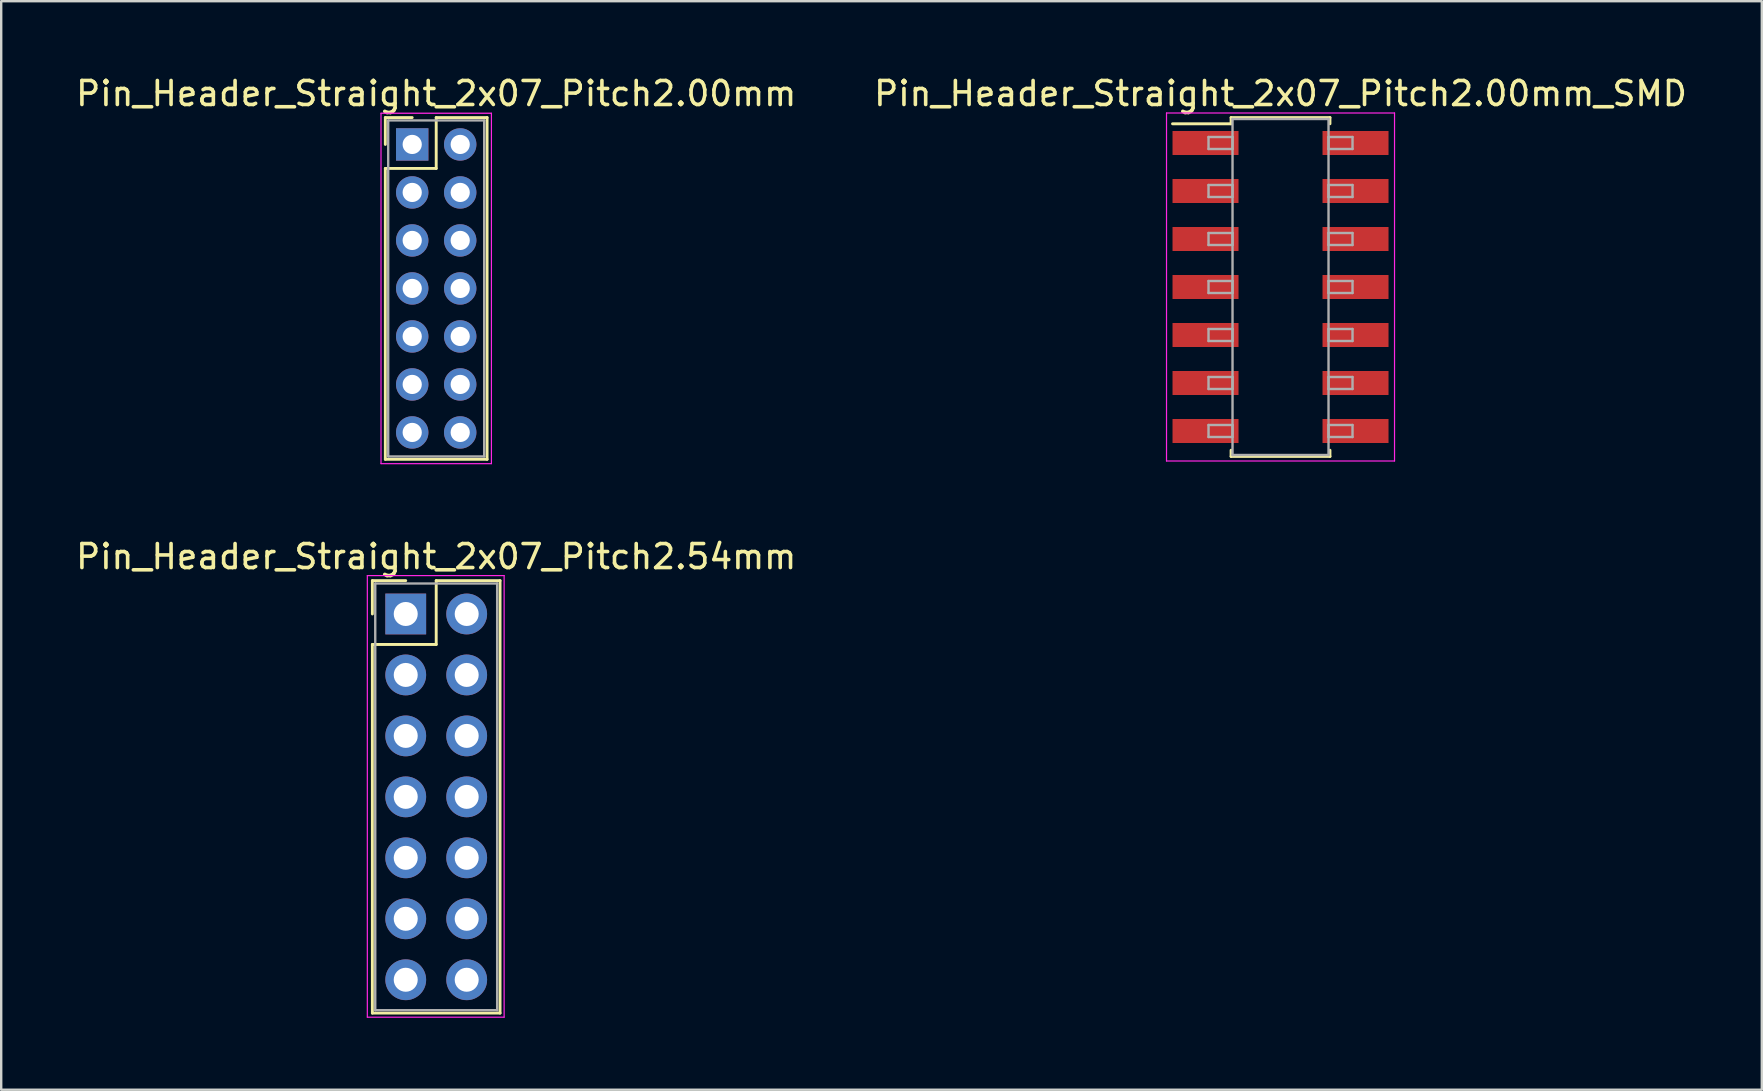
<source format=kicad_pcb>
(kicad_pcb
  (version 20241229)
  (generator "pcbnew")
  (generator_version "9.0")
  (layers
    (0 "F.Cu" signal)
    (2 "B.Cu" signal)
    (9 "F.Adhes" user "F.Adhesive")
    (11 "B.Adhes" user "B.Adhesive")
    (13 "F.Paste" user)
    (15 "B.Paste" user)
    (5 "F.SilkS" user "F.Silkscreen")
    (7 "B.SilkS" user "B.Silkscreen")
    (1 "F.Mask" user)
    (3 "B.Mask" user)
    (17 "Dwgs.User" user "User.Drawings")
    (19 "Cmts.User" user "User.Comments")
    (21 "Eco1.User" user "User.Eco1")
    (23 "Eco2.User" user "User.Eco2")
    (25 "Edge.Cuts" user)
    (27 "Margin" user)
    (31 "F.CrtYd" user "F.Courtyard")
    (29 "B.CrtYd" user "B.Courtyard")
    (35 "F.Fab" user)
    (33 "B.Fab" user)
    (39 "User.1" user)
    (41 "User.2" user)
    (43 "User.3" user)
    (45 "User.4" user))
  (footprint "Pin_Header_Straight_2x07_Pitch2.00mm_SMD"
    (layer "F.Cu")
    (at 50.304 8.908)
    (property "Reference" "Pin_Header_Straight_2x07_Pitch2.00mm_SMD" (at 0 -8.06 0) (layer "F.SilkS") (effects (font (size 1 1) (thickness 0.15))))
    (attr smd)
    (fp_line (start -4.5 -6.8) (end -2.06 -6.8) (stroke (width 0.12) (type solid)) (layer "F.SilkS"))
    (fp_line (start -2.06 -7.06) (end 2.06 -7.06) (stroke (width 0.12) (type solid)) (layer "F.SilkS"))
    (fp_line (start -2.06 -6.8) (end -2.06 -7.06) (stroke (width 0.12) (type solid)) (layer "F.SilkS"))
    (fp_line (start -2.06 6.8) (end -2.06 7.06) (stroke (width 0.12) (type solid)) (layer "F.SilkS"))
    (fp_line (start -2.06 7.06) (end 2.06 7.06) (stroke (width 0.12) (type solid)) (layer "F.SilkS"))
    (fp_line (start 2.06 -7.06) (end 2.06 -6.8) (stroke (width 0.12) (type solid)) (layer "F.SilkS"))
    (fp_line (start 2.06 7.06) (end 2.06 6.8) (stroke (width 0.12) (type solid)) (layer "F.SilkS"))
    (fp_line (start -4.75 -7.25) (end -4.75 7.25) (stroke (width 0.05) (type solid)) (layer "F.CrtYd"))
    (fp_line (start -4.75 7.25) (end 4.75 7.25) (stroke (width 0.05) (type solid)) (layer "F.CrtYd"))
    (fp_line (start 4.75 -7.25) (end -4.75 -7.25) (stroke (width 0.05) (type solid)) (layer "F.CrtYd"))
    (fp_line (start 4.75 7.25) (end 4.75 -7.25) (stroke (width 0.05) (type solid)) (layer "F.CrtYd"))
    (fp_line (start -3 -6.25) (end -2 -6.25) (stroke (width 0.1) (type solid)) (layer "F.Fab"))
    (fp_line (start -3 -5.75) (end -3 -6.25) (stroke (width 0.1) (type solid)) (layer "F.Fab"))
    (fp_line (start -3 -4.25) (end -2 -4.25) (stroke (width 0.1) (type solid)) (layer "F.Fab"))
    (fp_line (start -3 -3.75) (end -3 -4.25) (stroke (width 0.1) (type solid)) (layer "F.Fab"))
    (fp_line (start -3 -2.25) (end -2 -2.25) (stroke (width 0.1) (type solid)) (layer "F.Fab"))
    (fp_line (start -3 -1.75) (end -3 -2.25) (stroke (width 0.1) (type solid)) (layer "F.Fab"))
    (fp_line (start -3 -0.25) (end -2 -0.25) (stroke (width 0.1) (type solid)) (layer "F.Fab"))
    (fp_line (start -3 0.25) (end -3 -0.25) (stroke (width 0.1) (type solid)) (layer "F.Fab"))
    (fp_line (start -3 1.75) (end -2 1.75) (stroke (width 0.1) (type solid)) (layer "F.Fab"))
    (fp_line (start -3 2.25) (end -3 1.75) (stroke (width 0.1) (type solid)) (layer "F.Fab"))
    (fp_line (start -3 3.75) (end -2 3.75) (stroke (width 0.1) (type solid)) (layer "F.Fab"))
    (fp_line (start -3 4.25) (end -3 3.75) (stroke (width 0.1) (type solid)) (layer "F.Fab"))
    (fp_line (start -3 5.75) (end -2 5.75) (stroke (width 0.1) (type solid)) (layer "F.Fab"))
    (fp_line (start -3 6.25) (end -3 5.75) (stroke (width 0.1) (type solid)) (layer "F.Fab"))
    (fp_line (start -2 -7) (end -2 7) (stroke (width 0.1) (type solid)) (layer "F.Fab"))
    (fp_line (start -2 -6.25) (end -2 -5.75) (stroke (width 0.1) (type solid)) (layer "F.Fab"))
    (fp_line (start -2 -5.75) (end -3 -5.75) (stroke (width 0.1) (type solid)) (layer "F.Fab"))
    (fp_line (start -2 -4.25) (end -2 -3.75) (stroke (width 0.1) (type solid)) (layer "F.Fab"))
    (fp_line (start -2 -3.75) (end -3 -3.75) (stroke (width 0.1) (type solid)) (layer "F.Fab"))
    (fp_line (start -2 -2.25) (end -2 -1.75) (stroke (width 0.1) (type solid)) (layer "F.Fab"))
    (fp_line (start -2 -1.75) (end -3 -1.75) (stroke (width 0.1) (type solid)) (layer "F.Fab"))
    (fp_line (start -2 -0.25) (end -2 0.25) (stroke (width 0.1) (type solid)) (layer "F.Fab"))
    (fp_line (start -2 0.25) (end -3 0.25) (stroke (width 0.1) (type solid)) (layer "F.Fab"))
    (fp_line (start -2 1.75) (end -2 2.25) (stroke (width 0.1) (type solid)) (layer "F.Fab"))
    (fp_line (start -2 2.25) (end -3 2.25) (stroke (width 0.1) (type solid)) (layer "F.Fab"))
    (fp_line (start -2 3.75) (end -2 4.25) (stroke (width 0.1) (type solid)) (layer "F.Fab"))
    (fp_line (start -2 4.25) (end -3 4.25) (stroke (width 0.1) (type solid)) (layer "F.Fab"))
    (fp_line (start -2 5.75) (end -2 6.25) (stroke (width 0.1) (type solid)) (layer "F.Fab"))
    (fp_line (start -2 6.25) (end -3 6.25) (stroke (width 0.1) (type solid)) (layer "F.Fab"))
    (fp_line (start -2 7) (end 2 7) (stroke (width 0.1) (type solid)) (layer "F.Fab"))
    (fp_line (start 2 -7) (end -2 -7) (stroke (width 0.1) (type solid)) (layer "F.Fab"))
    (fp_line (start 2 -6.25) (end 2 -5.75) (stroke (width 0.1) (type solid)) (layer "F.Fab"))
    (fp_line (start 2 -5.75) (end 3 -5.75) (stroke (width 0.1) (type solid)) (layer "F.Fab"))
    (fp_line (start 2 -4.25) (end 2 -3.75) (stroke (width 0.1) (type solid)) (layer "F.Fab"))
    (fp_line (start 2 -3.75) (end 3 -3.75) (stroke (width 0.1) (type solid)) (layer "F.Fab"))
    (fp_line (start 2 -2.25) (end 2 -1.75) (stroke (width 0.1) (type solid)) (layer "F.Fab"))
    (fp_line (start 2 -1.75) (end 3 -1.75) (stroke (width 0.1) (type solid)) (layer "F.Fab"))
    (fp_line (start 2 -0.25) (end 2 0.25) (stroke (width 0.1) (type solid)) (layer "F.Fab"))
    (fp_line (start 2 0.25) (end 3 0.25) (stroke (width 0.1) (type solid)) (layer "F.Fab"))
    (fp_line (start 2 1.75) (end 2 2.25) (stroke (width 0.1) (type solid)) (layer "F.Fab"))
    (fp_line (start 2 2.25) (end 3 2.25) (stroke (width 0.1) (type solid)) (layer "F.Fab"))
    (fp_line (start 2 3.75) (end 2 4.25) (stroke (width 0.1) (type solid)) (layer "F.Fab"))
    (fp_line (start 2 4.25) (end 3 4.25) (stroke (width 0.1) (type solid)) (layer "F.Fab"))
    (fp_line (start 2 5.75) (end 2 6.25) (stroke (width 0.1) (type solid)) (layer "F.Fab"))
    (fp_line (start 2 6.25) (end 3 6.25) (stroke (width 0.1) (type solid)) (layer "F.Fab"))
    (fp_line (start 2 7) (end 2 -7) (stroke (width 0.1) (type solid)) (layer "F.Fab"))
    (fp_line (start 3 -6.25) (end 2 -6.25) (stroke (width 0.1) (type solid)) (layer "F.Fab"))
    (fp_line (start 3 -5.75) (end 3 -6.25) (stroke (width 0.1) (type solid)) (layer "F.Fab"))
    (fp_line (start 3 -4.25) (end 2 -4.25) (stroke (width 0.1) (type solid)) (layer "F.Fab"))
    (fp_line (start 3 -3.75) (end 3 -4.25) (stroke (width 0.1) (type solid)) (layer "F.Fab"))
    (fp_line (start 3 -2.25) (end 2 -2.25) (stroke (width 0.1) (type solid)) (layer "F.Fab"))
    (fp_line (start 3 -1.75) (end 3 -2.25) (stroke (width 0.1) (type solid)) (layer "F.Fab"))
    (fp_line (start 3 -0.25) (end 2 -0.25) (stroke (width 0.1) (type solid)) (layer "F.Fab"))
    (fp_line (start 3 0.25) (end 3 -0.25) (stroke (width 0.1) (type solid)) (layer "F.Fab"))
    (fp_line (start 3 1.75) (end 2 1.75) (stroke (width 0.1) (type solid)) (layer "F.Fab"))
    (fp_line (start 3 2.25) (end 3 1.75) (stroke (width 0.1) (type solid)) (layer "F.Fab"))
    (fp_line (start 3 3.75) (end 2 3.75) (stroke (width 0.1) (type solid)) (layer "F.Fab"))
    (fp_line (start 3 4.25) (end 3 3.75) (stroke (width 0.1) (type solid)) (layer "F.Fab"))
    (fp_line (start 3 5.75) (end 2 5.75) (stroke (width 0.1) (type solid)) (layer "F.Fab"))
    (fp_line (start 3 6.25) (end 3 5.75) (stroke (width 0.1) (type solid)) (layer "F.Fab"))
    (pad "1" smd rect (at -3.125 -6) (size 2.75 1) (layers "F.Cu" "F.Mask"))
    (pad "2" smd rect (at 3.125 -6) (size 2.75 1) (layers "F.Cu" "F.Mask"))
    (pad "3" smd rect (at -3.125 -4) (size 2.75 1) (layers "F.Cu" "F.Mask"))
    (pad "4" smd rect (at 3.125 -4) (size 2.75 1) (layers "F.Cu" "F.Mask"))
    (pad "5" smd rect (at -3.125 -2) (size 2.75 1) (layers "F.Cu" "F.Mask"))
    (pad "6" smd rect (at 3.125 -2) (size 2.75 1) (layers "F.Cu" "F.Mask"))
    (pad "7" smd rect (at -3.125 0) (size 2.75 1) (layers "F.Cu" "F.Mask"))
    (pad "8" smd rect (at 3.125 0) (size 2.75 1) (layers "F.Cu" "F.Mask"))
    (pad "9" smd rect (at -3.125 2) (size 2.75 1) (layers "F.Cu" "F.Mask"))
    (pad "10" smd rect (at 3.125 2) (size 2.75 1) (layers "F.Cu" "F.Mask"))
    (pad "11" smd rect (at -3.125 4) (size 2.75 1) (layers "F.Cu" "F.Mask"))
    (pad "12" smd rect (at 3.125 4) (size 2.75 1) (layers "F.Cu" "F.Mask"))
    (pad "13" smd rect (at -3.125 6) (size 2.75 1) (layers "F.Cu" "F.Mask"))
    (pad "14" smd rect (at 3.125 6) (size 2.75 1) (layers "F.Cu" "F.Mask")))
  (footprint "Pin_Header_Straight_2x07_Pitch2.54mm"
    (layer "F.Cu")
    (at 13.855 22.532)
    (property "Reference" "Pin_Header_Straight_2x07_Pitch2.54mm" (at 1.27 -2.39 0) (layer "F.SilkS") (effects (font (size 1 1) (thickness 0.15))))
    (attr through_hole)
    (fp_line (start -1.39 -1.39) (end 0 -1.39) (stroke (width 0.12) (type solid)) (layer "F.SilkS"))
    (fp_line (start -1.39 0) (end -1.39 -1.39) (stroke (width 0.12) (type solid)) (layer "F.SilkS"))
    (fp_line (start -1.39 1.27) (end -1.39 16.63) (stroke (width 0.12) (type solid)) (layer "F.SilkS"))
    (fp_line (start -1.39 16.63) (end 3.93 16.63) (stroke (width 0.12) (type solid)) (layer "F.SilkS"))
    (fp_line (start 1.27 -1.39) (end 1.27 1.27) (stroke (width 0.12) (type solid)) (layer "F.SilkS"))
    (fp_line (start 1.27 1.27) (end -1.39 1.27) (stroke (width 0.12) (type solid)) (layer "F.SilkS"))
    (fp_line (start 3.93 -1.39) (end 1.27 -1.39) (stroke (width 0.12) (type solid)) (layer "F.SilkS"))
    (fp_line (start 3.93 16.63) (end 3.93 -1.39) (stroke (width 0.12) (type solid)) (layer "F.SilkS"))
    (fp_line (start -1.6 -1.6) (end -1.6 16.8) (stroke (width 0.05) (type solid)) (layer "F.CrtYd"))
    (fp_line (start -1.6 16.8) (end 4.1 16.8) (stroke (width 0.05) (type solid)) (layer "F.CrtYd"))
    (fp_line (start 4.1 -1.6) (end -1.6 -1.6) (stroke (width 0.05) (type solid)) (layer "F.CrtYd"))
    (fp_line (start 4.1 16.8) (end 4.1 -1.6) (stroke (width 0.05) (type solid)) (layer "F.CrtYd"))
    (fp_line (start -1.27 -1.27) (end -1.27 16.51) (stroke (width 0.1) (type solid)) (layer "F.Fab"))
    (fp_line (start -1.27 16.51) (end 3.81 16.51) (stroke (width 0.1) (type solid)) (layer "F.Fab"))
    (fp_line (start 3.81 -1.27) (end -1.27 -1.27) (stroke (width 0.1) (type solid)) (layer "F.Fab"))
    (fp_line (start 3.81 16.51) (end 3.81 -1.27) (stroke (width 0.1) (type solid)) (layer "F.Fab"))
    (pad "1" thru_hole rect (at 0 0) (size 1.7 1.7) (drill 1) (layers "*.Cu" "*.Mask"))
    (pad "2" thru_hole oval (at 2.54 0) (size 1.7 1.7) (drill 1) (layers "*.Cu" "*.Mask"))
    (pad "3" thru_hole oval (at 0 2.54) (size 1.7 1.7) (drill 1) (layers "*.Cu" "*.Mask"))
    (pad "4" thru_hole oval (at 2.54 2.54) (size 1.7 1.7) (drill 1) (layers "*.Cu" "*.Mask"))
    (pad "5" thru_hole oval (at 0 5.08) (size 1.7 1.7) (drill 1) (layers "*.Cu" "*.Mask"))
    (pad "6" thru_hole oval (at 2.54 5.08) (size 1.7 1.7) (drill 1) (layers "*.Cu" "*.Mask"))
    (pad "7" thru_hole oval (at 0 7.62) (size 1.7 1.7) (drill 1) (layers "*.Cu" "*.Mask"))
    (pad "8" thru_hole oval (at 2.54 7.62) (size 1.7 1.7) (drill 1) (layers "*.Cu" "*.Mask"))
    (pad "9" thru_hole oval (at 0 10.16) (size 1.7 1.7) (drill 1) (layers "*.Cu" "*.Mask"))
    (pad "10" thru_hole oval (at 2.54 10.16) (size 1.7 1.7) (drill 1) (layers "*.Cu" "*.Mask"))
    (pad "11" thru_hole oval (at 0 12.7) (size 1.7 1.7) (drill 1) (layers "*.Cu" "*.Mask"))
    (pad "12" thru_hole oval (at 2.54 12.7) (size 1.7 1.7) (drill 1) (layers "*.Cu" "*.Mask"))
    (pad "13" thru_hole oval (at 0 15.24) (size 1.7 1.7) (drill 1) (layers "*.Cu" "*.Mask"))
    (pad "14" thru_hole oval (at 2.54 15.24) (size 1.7 1.7) (drill 1) (layers "*.Cu" "*.Mask")))
  (footprint "Pin_Header_Straight_2x07_Pitch2.00mm"
    (layer "F.Cu")
    (at 14.125 2.968)
    (property "Reference" "Pin_Header_Straight_2x07_Pitch2.00mm" (at 1 -2.12 0) (layer "F.SilkS") (effects (font (size 1 1) (thickness 0.15))))
    (attr through_hole)
    (fp_line (start -1.12 -1.12) (end 0 -1.12) (stroke (width 0.12) (type solid)) (layer "F.SilkS"))
    (fp_line (start -1.12 0) (end -1.12 -1.12) (stroke (width 0.12) (type solid)) (layer "F.SilkS"))
    (fp_line (start -1.12 1) (end -1.12 13.12) (stroke (width 0.12) (type solid)) (layer "F.SilkS"))
    (fp_line (start -1.12 13.12) (end 3.12 13.12) (stroke (width 0.12) (type solid)) (layer "F.SilkS"))
    (fp_line (start 1 -1.12) (end 1 1) (stroke (width 0.12) (type solid)) (layer "F.SilkS"))
    (fp_line (start 1 1) (end -1.12 1) (stroke (width 0.12) (type solid)) (layer "F.SilkS"))
    (fp_line (start 3.12 -1.12) (end 1 -1.12) (stroke (width 0.12) (type solid)) (layer "F.SilkS"))
    (fp_line (start 3.12 13.12) (end 3.12 -1.12) (stroke (width 0.12) (type solid)) (layer "F.SilkS"))
    (fp_line (start -1.3 -1.3) (end -1.3 13.3) (stroke (width 0.05) (type solid)) (layer "F.CrtYd"))
    (fp_line (start -1.3 13.3) (end 3.3 13.3) (stroke (width 0.05) (type solid)) (layer "F.CrtYd"))
    (fp_line (start 3.3 -1.3) (end -1.3 -1.3) (stroke (width 0.05) (type solid)) (layer "F.CrtYd"))
    (fp_line (start 3.3 13.3) (end 3.3 -1.3) (stroke (width 0.05) (type solid)) (layer "F.CrtYd"))
    (fp_line (start -1 -1) (end -1 13) (stroke (width 0.1) (type solid)) (layer "F.Fab"))
    (fp_line (start -1 13) (end 3 13) (stroke (width 0.1) (type solid)) (layer "F.Fab"))
    (fp_line (start 3 -1) (end -1 -1) (stroke (width 0.1) (type solid)) (layer "F.Fab"))
    (fp_line (start 3 13) (end 3 -1) (stroke (width 0.1) (type solid)) (layer "F.Fab"))
    (pad "1" thru_hole rect (at 0 0) (size 1.35 1.35) (drill 0.8) (layers "*.Cu" "*.Mask"))
    (pad "2" thru_hole oval (at 2 0) (size 1.35 1.35) (drill 0.8) (layers "*.Cu" "*.Mask"))
    (pad "3" thru_hole oval (at 0 2) (size 1.35 1.35) (drill 0.8) (layers "*.Cu" "*.Mask"))
    (pad "4" thru_hole oval (at 2 2) (size 1.35 1.35) (drill 0.8) (layers "*.Cu" "*.Mask"))
    (pad "5" thru_hole oval (at 0 4) (size 1.35 1.35) (drill 0.8) (layers "*.Cu" "*.Mask"))
    (pad "6" thru_hole oval (at 2 4) (size 1.35 1.35) (drill 0.8) (layers "*.Cu" "*.Mask"))
    (pad "7" thru_hole oval (at 0 6) (size 1.35 1.35) (drill 0.8) (layers "*.Cu" "*.Mask"))
    (pad "8" thru_hole oval (at 2 6) (size 1.35 1.35) (drill 0.8) (layers "*.Cu" "*.Mask"))
    (pad "9" thru_hole oval (at 0 8) (size 1.35 1.35) (drill 0.8) (layers "*.Cu" "*.Mask"))
    (pad "10" thru_hole oval (at 2 8) (size 1.35 1.35) (drill 0.8) (layers "*.Cu" "*.Mask"))
    (pad "11" thru_hole oval (at 0 10) (size 1.35 1.35) (drill 0.8) (layers "*.Cu" "*.Mask"))
    (pad "12" thru_hole oval (at 2 10) (size 1.35 1.35) (drill 0.8) (layers "*.Cu" "*.Mask"))
    (pad "13" thru_hole oval (at 0 12) (size 1.35 1.35) (drill 0.8) (layers "*.Cu" "*.Mask"))
    (pad "14" thru_hole oval (at 2 12) (size 1.35 1.35) (drill 0.8) (layers "*.Cu" "*.Mask")))
  (gr_rect
    (start -3 -3)
    (end 70.357 42.356)
    (stroke (width 0.1) (type default))
    (fill no)
    (layer "Edge.Cuts")))
</source>
